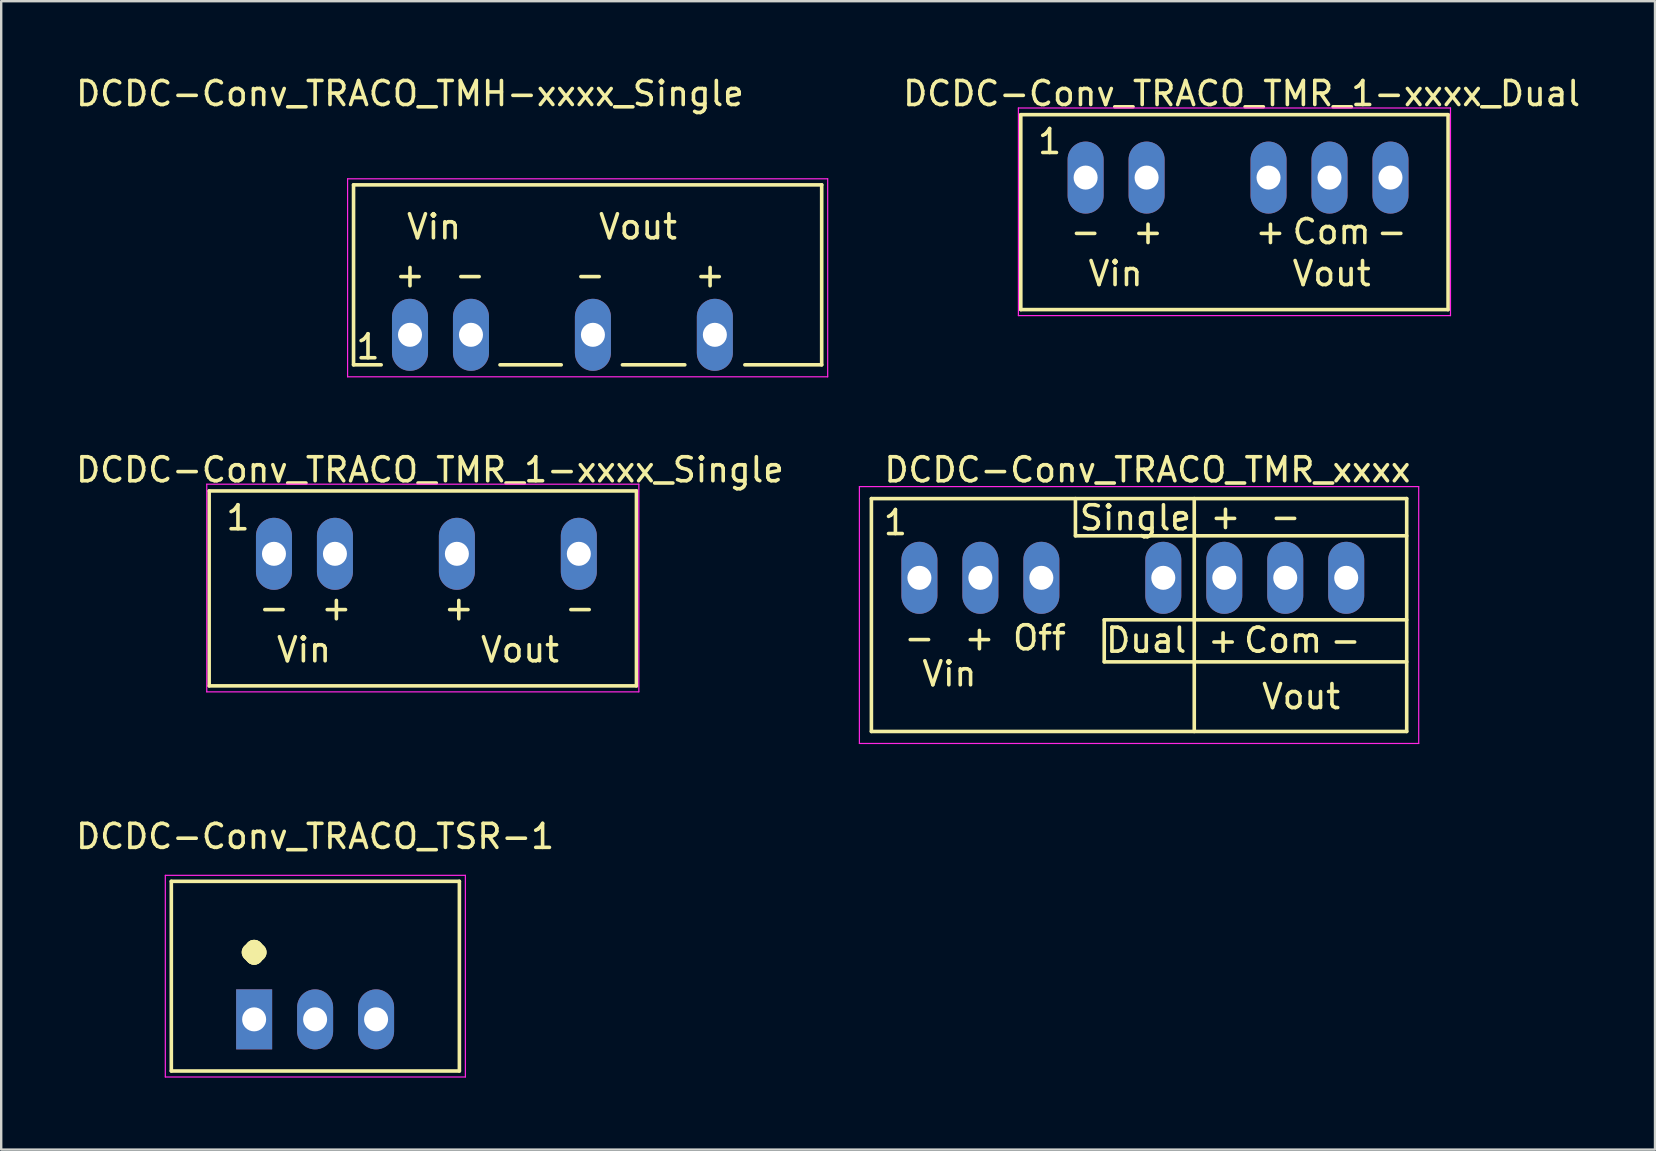
<source format=kicad_pcb>
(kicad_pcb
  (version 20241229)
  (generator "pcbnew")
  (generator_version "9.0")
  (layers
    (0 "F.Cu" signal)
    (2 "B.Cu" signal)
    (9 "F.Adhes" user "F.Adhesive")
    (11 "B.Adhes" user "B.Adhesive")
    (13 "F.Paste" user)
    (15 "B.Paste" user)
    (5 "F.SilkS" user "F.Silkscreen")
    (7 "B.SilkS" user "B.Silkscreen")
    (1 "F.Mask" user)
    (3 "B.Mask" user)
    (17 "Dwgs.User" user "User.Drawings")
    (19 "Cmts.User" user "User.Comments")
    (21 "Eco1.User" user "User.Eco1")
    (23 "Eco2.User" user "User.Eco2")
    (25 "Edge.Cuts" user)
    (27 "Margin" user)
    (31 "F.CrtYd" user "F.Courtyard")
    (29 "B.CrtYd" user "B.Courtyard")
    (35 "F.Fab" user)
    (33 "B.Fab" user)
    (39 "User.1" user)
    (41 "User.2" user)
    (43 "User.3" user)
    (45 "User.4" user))
  (footprint "DCDC-Conv_TRACO_TMR_1-xxxx_Dual"
    (layer "F.Cu")
    (at 42.175 4.348)
    (property "Reference" "DCDC-Conv_TRACO_TMR_1-xxxx_Dual" (at 6.5 -3.5 0) (layer "F.SilkS") (effects (font (size 1 1) (thickness 0.15))))
    (attr through_hole)
    (fp_line (start -2.7 -2.62) (end -2.7 5.5) (stroke (width 0.15) (type solid)) (layer "F.SilkS"))
    (fp_line (start 15.1 -2.62) (end -2.7 -2.62) (stroke (width 0.15) (type solid)) (layer "F.SilkS"))
    (fp_line (start 15.1 -2.62) (end 15.1 5.5) (stroke (width 0.15) (type solid)) (layer "F.SilkS"))
    (fp_line (start 15.1 5.5) (end -2.7 5.5) (stroke (width 0.15) (type solid)) (layer "F.SilkS"))
    (fp_line (start -2.8 -2.9) (end -2.8 5.75) (stroke (width 0.05) (type solid)) (layer "F.CrtYd"))
    (fp_line (start -2.8 -2.9) (end 15.2 -2.9) (stroke (width 0.05) (type solid)) (layer "F.CrtYd"))
    (fp_line (start -2.8 5.75) (end 15.2 5.75) (stroke (width 0.05) (type solid)) (layer "F.CrtYd"))
    (fp_line (start 15.2 -2.9) (end 15.2 5.75) (stroke (width 0.05) (type solid)) (layer "F.CrtYd"))
    (fp_text user "Vin" (at 1.25 4 0) (layer "F.SilkS") (effects (font (size 1 1) (thickness 0.15))))
    (fp_text user "1" (at -1.5 -1.5 0) (layer "F.SilkS") (effects (font (size 1 1) (thickness 0.15))))
    (fp_text user "-" (at 0 2.25 0) (layer "F.SilkS") (effects (font (size 1 1) (thickness 0.15))))
    (fp_text user "Com" (at 10.25 2.25 180) (layer "F.SilkS") (effects (font (size 1 1) (thickness 0.15))))
    (fp_text user "Vout" (at 10.25 4 0) (layer "F.SilkS") (effects (font (size 1 1) (thickness 0.15))))
    (fp_text user "+" (at 2.6 2.25 0) (layer "F.SilkS") (effects (font (size 1 1) (thickness 0.15))))
    (fp_text user "+" (at 7.7 2.25 0) (layer "F.SilkS") (effects (font (size 1 1) (thickness 0.15))))
    (fp_text user "-" (at 12.75 2.25 0) (layer "F.SilkS") (effects (font (size 1 1) (thickness 0.15))))
    (pad "1" thru_hole oval (at 0 0) (size 1.5 3) (drill 1) (layers "*.Cu" "*.Mask"))
    (pad "2" thru_hole oval (at 2.54 0) (size 1.5 3) (drill 1) (layers "*.Cu" "*.Mask"))
    (pad "4" thru_hole oval (at 7.62 0) (size 1.5 3) (drill 1) (layers "*.Cu" "*.Mask"))
    (pad "5" thru_hole oval (at 10.16 0) (size 1.5 3) (drill 1) (layers "*.Cu" "*.Mask"))
    (pad "6" thru_hole oval (at 12.7 0) (size 1.5 3) (drill 1) (layers "*.Cu" "*.Mask")))
  (footprint "DCDC-Conv_TRACO_TSR-1"
    (layer "F.Cu")
    (at 7.537 39.415)
    (property "Reference" "DCDC-Conv_TRACO_TSR-1" (at 2.54 -7.62 0) (layer "F.SilkS") (effects (font (size 1 1) (thickness 0.15))))
    (attr through_hole)
    (fp_line (start -3.45 -5.75) (end 8.55 -5.75) (stroke (width 0.15) (type solid)) (layer "F.SilkS"))
    (fp_line (start -3.45 2.15) (end -3.45 -5.75) (stroke (width 0.15) (type solid)) (layer "F.SilkS"))
    (fp_line (start 8.55 -5.75) (end 8.55 2.15) (stroke (width 0.15) (type solid)) (layer "F.SilkS"))
    (fp_line (start 8.55 2.15) (end -3.45 2.15) (stroke (width 0.15) (type solid)) (layer "F.SilkS"))
    (fp_line (start -3.7 -6) (end 8.8 -6) (stroke (width 0.05) (type solid)) (layer "F.CrtYd"))
    (fp_line (start -3.7 2.4) (end -3.7 -6) (stroke (width 0.05) (type solid)) (layer "F.CrtYd"))
    (fp_line (start 8.8 -6) (end 8.8 2.4) (stroke (width 0.05) (type solid)) (layer "F.CrtYd"))
    (fp_line (start 8.8 2.4) (end -3.7 2.4) (stroke (width 0.05) (type solid)) (layer "F.CrtYd"))
    (fp_text user "." (at 0 -4 0) (layer "F.SilkS") (effects (font (size 3 3) (thickness 0.75))))
    (pad "1" thru_hole rect (at 0 0) (size 1.5 2.5) (drill 1) (layers "*.Cu" "*.Mask"))
    (pad "2" thru_hole oval (at 2.54 0) (size 1.5 2.5) (drill 1) (layers "*.Cu" "*.Mask"))
    (pad "3" thru_hole oval (at 5.08 0) (size 1.5 2.5) (drill 1) (layers "*.Cu" "*.Mask")))
  (footprint "DCDC-Conv_TRACO_TMH-xxxx_Single"
    (layer "F.Cu")
    (at 14.03 10.898)
    (property "Reference" "DCDC-Conv_TRACO_TMH-xxxx_Single" (at 0 -10.05 0) (layer "F.SilkS") (effects (font (size 1 1) (thickness 0.15))))
    (attr through_hole)
    (fp_line (start -2.352 -6.248) (end -2.352 1.25) (stroke (width 0.15) (type solid)) (layer "F.SilkS"))
    (fp_line (start -1.201 1.25) (end -2.352 1.25) (stroke (width 0.15) (type solid)) (layer "F.SilkS"))
    (fp_line (start 6.299 1.25) (end 3.749 1.25) (stroke (width 0.15) (type solid)) (layer "F.SilkS"))
    (fp_line (start 11.448 1.25) (end 8.849 1.25) (stroke (width 0.15) (type solid)) (layer "F.SilkS"))
    (fp_line (start 17.15 -6.248) (end -2.352 -6.248) (stroke (width 0.15) (type solid)) (layer "F.SilkS"))
    (fp_line (start 17.15 1.25) (end 13.95 1.25) (stroke (width 0.15) (type solid)) (layer "F.SilkS"))
    (fp_line (start 17.15 1.25) (end 17.15 -6.248) (stroke (width 0.15) (type solid)) (layer "F.SilkS"))
    (fp_line (start -2.6 -6.5) (end -2.6 1.75) (stroke (width 0.05) (type solid)) (layer "F.CrtYd"))
    (fp_line (start -2.6 -6.5) (end 17.4 -6.5) (stroke (width 0.05) (type solid)) (layer "F.CrtYd"))
    (fp_line (start -2.6 1.75) (end 17.4 1.75) (stroke (width 0.05) (type solid)) (layer "F.CrtYd"))
    (fp_line (start 17.4 -6.5) (end 17.4 1.75) (stroke (width 0.05) (type solid)) (layer "F.CrtYd"))
    (fp_text user "+" (at 12.501 -2.5 0) (layer "F.SilkS") (effects (font (size 1 1) (thickness 0.15))))
    (fp_text user "Vout" (at 9.499 -4.499 0) (layer "F.SilkS") (effects (font (size 1 1) (thickness 0.15))))
    (fp_text user "-" (at 7.5 -2.5 0) (layer "F.SilkS") (effects (font (size 1 1) (thickness 0.15))))
    (fp_text user "Vin" (at 1 -4.499 0) (layer "F.SilkS") (effects (font (size 1 1) (thickness 0.15))))
    (fp_text user "-" (at 2.499 -2.5 0) (layer "F.SilkS") (effects (font (size 1 1) (thickness 0.15))))
    (fp_text user "+" (at -0.001 -2.5 0) (layer "F.SilkS") (effects (font (size 1 1) (thickness 0.15))))
    (fp_text user "1" (at -1.75 0.5 0) (layer "F.SilkS") (effects (font (size 1 1) (thickness 0.15))))
    (pad "1" thru_hole oval (at 0 0) (size 1.501 3) (drill 1.001) (layers "*.Cu" "*.Mask"))
    (pad "2" thru_hole oval (at 2.54 0) (size 1.501 3) (drill 1.001) (layers "*.Cu" "*.Mask"))
    (pad "4" thru_hole oval (at 7.62 0) (size 1.501 3) (drill 1.001) (layers "*.Cu" "*.Mask"))
    (pad "6" thru_hole oval (at 12.7 0) (size 1.501 3) (drill 1.001) (layers "*.Cu" "*.Mask")))
  (footprint "DCDC-Conv_TRACO_TMR_xxxx"
    (layer "F.Cu")
    (at 35.251 21.021)
    (property "Reference" "DCDC-Conv_TRACO_TMR_xxxx" (at 9.5 -4.5 0) (layer "F.SilkS") (effects (font (size 1 1) (thickness 0.15))))
    (attr through_hole)
    (fp_line (start -2 -3.3) (end -2 6.4) (stroke (width 0.15) (type solid)) (layer "F.SilkS"))
    (fp_line (start 6.5 -3.3) (end 6.5 -1.75) (stroke (width 0.15) (type solid)) (layer "F.SilkS"))
    (fp_line (start 6.5 -1.75) (end 20.3 -1.75) (stroke (width 0.15) (type solid)) (layer "F.SilkS"))
    (fp_line (start 7.7 1.75) (end 7.7 3.5) (stroke (width 0.15) (type solid)) (layer "F.SilkS"))
    (fp_line (start 7.7 1.75) (end 20.3 1.75) (stroke (width 0.15) (type solid)) (layer "F.SilkS"))
    (fp_line (start 7.7 3.5) (end 20.3 3.5) (stroke (width 0.15) (type solid)) (layer "F.SilkS"))
    (fp_line (start 11.45 -3.3) (end 11.45 6.4) (stroke (width 0.15) (type solid)) (layer "F.SilkS"))
    (fp_line (start 20.3 -3.3) (end -2 -3.3) (stroke (width 0.15) (type solid)) (layer "F.SilkS"))
    (fp_line (start 20.3 -3.3) (end 20.3 6.4) (stroke (width 0.15) (type solid)) (layer "F.SilkS"))
    (fp_line (start 20.3 6.4) (end -2 6.4) (stroke (width 0.15) (type solid)) (layer "F.SilkS"))
    (fp_line (start -2.5 -3.8) (end -2.5 6.9) (stroke (width 0.05) (type solid)) (layer "F.CrtYd"))
    (fp_line (start -2.5 -3.8) (end 20.8 -3.8) (stroke (width 0.05) (type solid)) (layer "F.CrtYd"))
    (fp_line (start -2.5 6.9) (end 20.8 6.9) (stroke (width 0.05) (type solid)) (layer "F.CrtYd"))
    (fp_line (start 20.8 -3.8) (end 20.8 6.9) (stroke (width 0.05) (type solid)) (layer "F.CrtYd"))
    (fp_text user "Vout" (at 15.9 4.95 0) (layer "F.SilkS") (effects (font (size 1 1) (thickness 0.15))))
    (fp_text user "-" (at 15.25 -2.55 0) (layer "F.SilkS") (effects (font (size 1 1) (thickness 0.15))))
    (fp_text user "+" (at 2.5 2.5 0) (layer "F.SilkS") (effects (font (size 1 1) (thickness 0.15))))
    (fp_text user "Com" (at 15.15 2.6 0) (layer "F.SilkS") (effects (font (size 1 1) (thickness 0.15))))
    (fp_text user "Dual" (at 9.45 2.6 0) (layer "F.SilkS") (effects (font (size 1 1) (thickness 0.15))))
    (fp_text user "-" (at 0 2.5 0) (layer "F.SilkS") (effects (font (size 1 1) (thickness 0.15))))
    (fp_text user "Vin" (at 1.25 4 0) (layer "F.SilkS") (effects (font (size 1 1) (thickness 0.15))))
    (fp_text user "+" (at 12.75 -2.55 0) (layer "F.SilkS") (effects (font (size 1 1) (thickness 0.15))))
    (fp_text user "+" (at 12.65 2.6 0) (layer "F.SilkS") (effects (font (size 1 1) (thickness 0.15))))
    (fp_text user "Off" (at 5 2.5 0) (layer "F.SilkS") (effects (font (size 1 1) (thickness 0.15))))
    (fp_text user "-" (at 17.75 2.6 0) (layer "F.SilkS") (effects (font (size 1 1) (thickness 0.15))))
    (fp_text user "Single" (at 9 -2.5 0) (layer "F.SilkS") (effects (font (size 1 1) (thickness 0.15))))
    (fp_text user "1" (at -1 -2.3 0) (layer "F.SilkS") (effects (font (size 1 1) (thickness 0.15))))
    (pad "1" thru_hole oval (at 0 0) (size 1.5 3) (drill 1) (layers "*.Cu" "*.Mask"))
    (pad "2" thru_hole oval (at 2.54 0) (size 1.5 3) (drill 1) (layers "*.Cu" "*.Mask"))
    (pad "3" thru_hole oval (at 5.08 0) (size 1.5 3) (drill 1) (layers "*.Cu" "*.Mask"))
    (pad "5" thru_hole oval (at 10.16 0) (size 1.5 3) (drill 1) (layers "*.Cu" "*.Mask"))
    (pad "6" thru_hole oval (at 12.7 0) (size 1.5 3) (drill 1) (layers "*.Cu" "*.Mask"))
    (pad "7" thru_hole oval (at 15.24 0) (size 1.5 3) (drill 1) (layers "*.Cu" "*.Mask"))
    (pad "8" thru_hole oval (at 17.78 0) (size 1.5 3) (drill 1) (layers "*.Cu" "*.Mask")))
  (footprint "DCDC-Conv_TRACO_TMR_1-xxxx_Single"
    (layer "F.Cu")
    (at 8.363 20.021)
    (property "Reference" "DCDC-Conv_TRACO_TMR_1-xxxx_Single" (at 6.5 -3.5 0) (layer "F.SilkS") (effects (font (size 1 1) (thickness 0.15))))
    (attr through_hole)
    (fp_line (start -2.7 -2.62) (end -2.7 5.5) (stroke (width 0.15) (type solid)) (layer "F.SilkS"))
    (fp_line (start 15.1 -2.62) (end -2.7 -2.62) (stroke (width 0.15) (type solid)) (layer "F.SilkS"))
    (fp_line (start 15.1 -2.62) (end 15.1 5.5) (stroke (width 0.15) (type solid)) (layer "F.SilkS"))
    (fp_line (start 15.1 5.5) (end -2.7 5.5) (stroke (width 0.15) (type solid)) (layer "F.SilkS"))
    (fp_line (start -2.8 -2.9) (end -2.8 5.75) (stroke (width 0.05) (type solid)) (layer "F.CrtYd"))
    (fp_line (start -2.8 -2.9) (end 15.2 -2.9) (stroke (width 0.05) (type solid)) (layer "F.CrtYd"))
    (fp_line (start -2.8 5.75) (end 15.2 5.75) (stroke (width 0.05) (type solid)) (layer "F.CrtYd"))
    (fp_line (start 15.2 -2.9) (end 15.2 5.75) (stroke (width 0.05) (type solid)) (layer "F.CrtYd"))
    (fp_text user "-" (at 12.75 2.25 0) (layer "F.SilkS") (effects (font (size 1 1) (thickness 0.15))))
    (fp_text user "+" (at 2.6 2.25 0) (layer "F.SilkS") (effects (font (size 1 1) (thickness 0.15))))
    (fp_text user "+" (at 7.7 2.25 0) (layer "F.SilkS") (effects (font (size 1 1) (thickness 0.15))))
    (fp_text user "1" (at -1.5 -1.5 0) (layer "F.SilkS") (effects (font (size 1 1) (thickness 0.15))))
    (fp_text user "-" (at 0 2.25 0) (layer "F.SilkS") (effects (font (size 1 1) (thickness 0.15))))
    (fp_text user "Vout" (at 10.25 4 0) (layer "F.SilkS") (effects (font (size 1 1) (thickness 0.15))))
    (fp_text user "Vin" (at 1.25 4 0) (layer "F.SilkS") (effects (font (size 1 1) (thickness 0.15))))
    (pad "1" thru_hole oval (at 0 0) (size 1.5 3) (drill 1) (layers "*.Cu" "*.Mask"))
    (pad "2" thru_hole oval (at 2.54 0) (size 1.5 3) (drill 1) (layers "*.Cu" "*.Mask"))
    (pad "4" thru_hole oval (at 7.62 0) (size 1.5 3) (drill 1) (layers "*.Cu" "*.Mask"))
    (pad "6" thru_hole oval (at 12.7 0) (size 1.5 3) (drill 1) (layers "*.Cu" "*.Mask")))
  (gr_rect
    (start -3 -3)
    (end 65.895 44.84)
    (stroke (width 0.1) (type default))
    (fill no)
    (layer "Edge.Cuts")))
</source>
